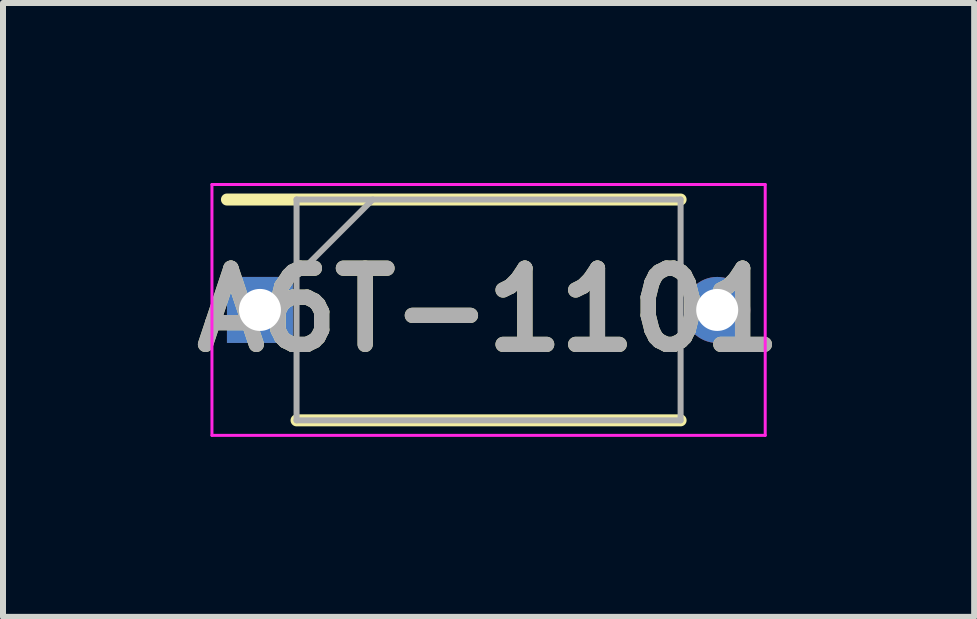
<source format=kicad_pcb>
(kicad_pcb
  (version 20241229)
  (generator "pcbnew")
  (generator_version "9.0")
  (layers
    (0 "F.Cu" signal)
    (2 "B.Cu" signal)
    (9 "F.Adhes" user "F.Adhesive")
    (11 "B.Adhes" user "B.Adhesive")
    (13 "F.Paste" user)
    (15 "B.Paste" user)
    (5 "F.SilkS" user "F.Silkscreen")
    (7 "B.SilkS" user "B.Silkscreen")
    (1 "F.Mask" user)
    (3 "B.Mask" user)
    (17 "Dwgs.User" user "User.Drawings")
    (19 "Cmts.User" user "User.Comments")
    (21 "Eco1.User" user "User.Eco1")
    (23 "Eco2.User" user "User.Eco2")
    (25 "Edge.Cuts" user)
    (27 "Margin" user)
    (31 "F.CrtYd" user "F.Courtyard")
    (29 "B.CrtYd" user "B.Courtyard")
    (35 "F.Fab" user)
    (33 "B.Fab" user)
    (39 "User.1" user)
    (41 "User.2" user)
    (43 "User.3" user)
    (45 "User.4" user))
  (footprint "A6T-1101"
    (layer "F.Cu")
    (at 5.092 2.115)
    (property "Reference" "A6T-1101" (at 0 0 0) (layer "F.SilkS") (effects (font (size 1.27 1.27) (thickness 0.254))))
    (attr through_hole)
    (fp_line (start -4.36 -1.84) (end 3.2 -1.84) (stroke (width 0.2) (type solid)) (layer "F.SilkS"))
    (fp_line (start -3.2 1.84) (end 3.2 1.84) (stroke (width 0.2) (type solid)) (layer "F.SilkS"))
    (fp_line (start -4.61 -2.09) (end 4.61 -2.09) (stroke (width 0.05) (type solid)) (layer "F.CrtYd"))
    (fp_line (start -4.61 2.09) (end -4.61 -2.09) (stroke (width 0.05) (type solid)) (layer "F.CrtYd"))
    (fp_line (start 4.61 -2.09) (end 4.61 2.09) (stroke (width 0.05) (type solid)) (layer "F.CrtYd"))
    (fp_line (start 4.61 2.09) (end -4.61 2.09) (stroke (width 0.05) (type solid)) (layer "F.CrtYd"))
    (fp_line (start -3.2 -1.84) (end 3.2 -1.84) (stroke (width 0.1) (type solid)) (layer "F.Fab"))
    (fp_line (start -3.2 -0.57) (end -1.93 -1.84) (stroke (width 0.1) (type solid)) (layer "F.Fab"))
    (fp_line (start -3.2 1.84) (end -3.2 -1.84) (stroke (width 0.1) (type solid)) (layer "F.Fab"))
    (fp_line (start 3.2 -1.84) (end 3.2 1.84) (stroke (width 0.1) (type solid)) (layer "F.Fab"))
    (fp_line (start 3.2 1.84) (end -3.2 1.84) (stroke (width 0.1) (type solid)) (layer "F.Fab"))
    (fp_text user "${REFERENCE}" (at 0 0 0) (layer "F.Fab") (effects (font (size 1.27 1.27) (thickness 0.254))))
    (pad "1" thru_hole rect (at -3.81 0) (size 1.1 1.1) (drill 0.7) (layers "*.Cu" "*.Mask"))
    (pad "2" thru_hole circle (at 3.81 0) (size 1.1 1.1) (drill 0.7) (layers "*.Cu" "*.Mask")))
  (gr_rect
    (start -3 -3)
    (end 13.184 7.23)
    (stroke (width 0.1) (type default))
    (fill no)
    (layer "Edge.Cuts")))
</source>
